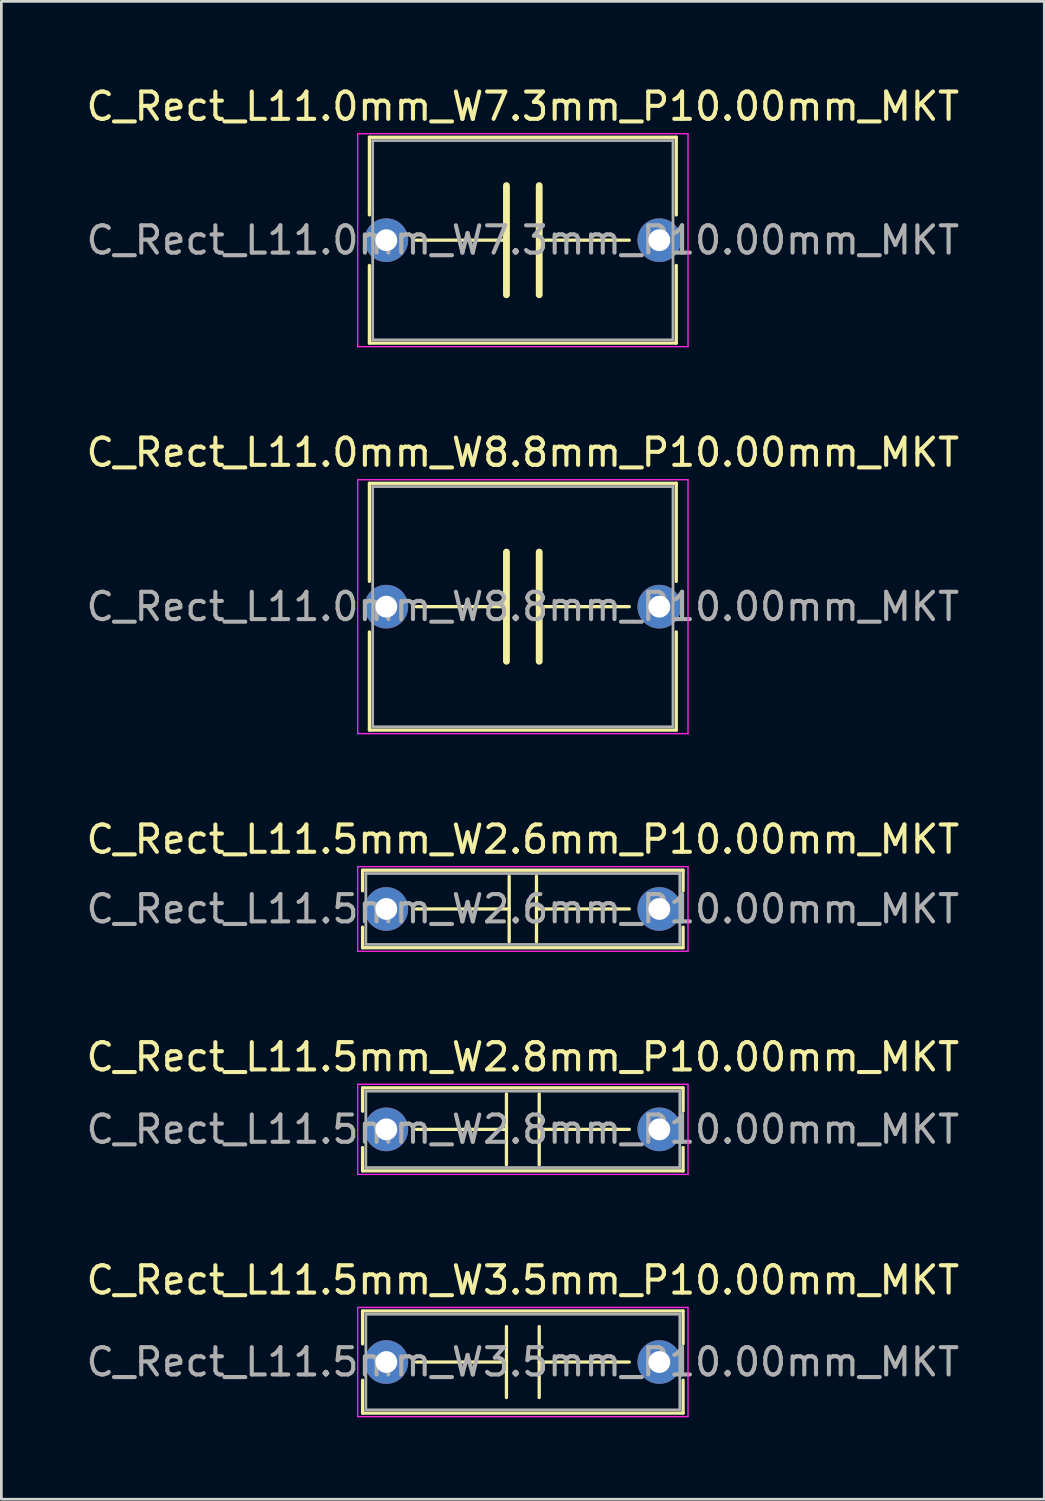
<source format=kicad_pcb>
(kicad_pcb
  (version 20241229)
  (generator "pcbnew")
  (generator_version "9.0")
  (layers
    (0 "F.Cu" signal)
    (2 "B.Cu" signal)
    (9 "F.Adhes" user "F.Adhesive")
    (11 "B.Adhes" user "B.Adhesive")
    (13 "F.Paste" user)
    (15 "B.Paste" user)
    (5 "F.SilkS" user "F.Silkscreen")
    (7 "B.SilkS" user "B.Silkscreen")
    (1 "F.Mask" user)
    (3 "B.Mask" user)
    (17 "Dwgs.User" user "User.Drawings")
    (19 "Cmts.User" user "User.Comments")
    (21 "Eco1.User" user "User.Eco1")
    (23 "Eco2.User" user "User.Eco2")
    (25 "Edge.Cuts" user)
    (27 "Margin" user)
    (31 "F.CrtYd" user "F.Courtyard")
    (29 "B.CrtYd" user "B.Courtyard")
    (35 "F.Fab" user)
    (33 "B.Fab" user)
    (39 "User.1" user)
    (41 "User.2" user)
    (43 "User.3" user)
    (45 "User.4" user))
  (footprint "C_Rect_L11.0mm_W8.8mm_P10.00mm_MKT"
    (layer "F.Cu")
    (at 11.101 19.172)
    (property "Reference" "C_Rect_L11.0mm_W8.8mm_P10.00mm_MKT" (at 5 -5.65 0) (layer "F.SilkS") (effects (font (size 1 1) (thickness 0.15))))
    (attr through_hole)
    (fp_line (start -0.62 -4.52) (end -0.62 -0.925) (stroke (width 0.12) (type solid)) (layer "F.SilkS"))
    (fp_line (start -0.62 -4.52) (end 10.62 -4.52) (stroke (width 0.12) (type solid)) (layer "F.SilkS"))
    (fp_line (start -0.62 0.925) (end -0.62 4.52) (stroke (width 0.12) (type solid)) (layer "F.SilkS"))
    (fp_line (start -0.62 4.52) (end 10.62 4.52) (stroke (width 0.12) (type solid)) (layer "F.SilkS"))
    (fp_line (start 1.1 0) (end 4.4 0) (stroke (width 0.12) (type solid)) (layer "F.SilkS"))
    (fp_line (start 4.4 2) (end 4.4 -2) (stroke (width 0.25) (type solid)) (layer "F.SilkS"))
    (fp_line (start 5.6 2) (end 5.6 -2) (stroke (width 0.25) (type solid)) (layer "F.SilkS"))
    (fp_line (start 8.9 0) (end 5.6 0) (stroke (width 0.12) (type solid)) (layer "F.SilkS"))
    (fp_line (start 10.62 -4.52) (end 10.62 -0.925) (stroke (width 0.12) (type solid)) (layer "F.SilkS"))
    (fp_line (start 10.62 0.925) (end 10.62 4.52) (stroke (width 0.12) (type solid)) (layer "F.SilkS"))
    (fp_line (start -1.05 -4.65) (end -1.05 4.65) (stroke (width 0.05) (type solid)) (layer "F.CrtYd"))
    (fp_line (start -1.05 4.65) (end 11.05 4.65) (stroke (width 0.05) (type solid)) (layer "F.CrtYd"))
    (fp_line (start 11.05 -4.65) (end -1.05 -4.65) (stroke (width 0.05) (type solid)) (layer "F.CrtYd"))
    (fp_line (start 11.05 4.65) (end 11.05 -4.65) (stroke (width 0.05) (type solid)) (layer "F.CrtYd"))
    (fp_line (start -0.5 -4.4) (end -0.5 4.4) (stroke (width 0.1) (type solid)) (layer "F.Fab"))
    (fp_line (start -0.5 4.4) (end 10.5 4.4) (stroke (width 0.1) (type solid)) (layer "F.Fab"))
    (fp_line (start 10.5 -4.4) (end -0.5 -4.4) (stroke (width 0.1) (type solid)) (layer "F.Fab"))
    (fp_line (start 10.5 4.4) (end 10.5 -4.4) (stroke (width 0.1) (type solid)) (layer "F.Fab"))
    (fp_text user "${REFERENCE}" (at 5 0 0) (layer "F.Fab") (effects (font (size 1 1) (thickness 0.15))))
    (pad "1" thru_hole circle (at 0 0) (size 1.6 1.6) (drill 0.8) (layers "*.Cu" "*.Mask"))
    (pad "2" thru_hole circle (at 10 0) (size 1.6 1.6) (drill 0.8) (layers "*.Cu" "*.Mask")))
  (footprint "C_Rect_L11.5mm_W2.6mm_P10.00mm_MKT"
    (layer "F.Cu")
    (at 11.101 30.245)
    (property "Reference" "C_Rect_L11.5mm_W2.6mm_P10.00mm_MKT" (at 5 -2.55 0) (layer "F.SilkS") (effects (font (size 1 1) (thickness 0.15))))
    (fp_line (start -0.87 -1.42) (end -0.87 -0.665) (stroke (width 0.12) (type solid)) (layer "F.SilkS"))
    (fp_line (start -0.87 -1.42) (end 10.87 -1.42) (stroke (width 0.12) (type solid)) (layer "F.SilkS"))
    (fp_line (start -0.87 0.665) (end -0.87 1.42) (stroke (width 0.12) (type solid)) (layer "F.SilkS"))
    (fp_line (start -0.87 1.42) (end 10.87 1.42) (stroke (width 0.12) (type solid)) (layer "F.SilkS"))
    (fp_line (start 1.1 0) (end 4.5 0) (stroke (width 0.12) (type solid)) (layer "F.SilkS"))
    (fp_line (start 4.5 1.2) (end 4.5 -1.2) (stroke (width 0.12) (type solid)) (layer "F.SilkS"))
    (fp_line (start 5.5 1.2) (end 5.5 -1.2) (stroke (width 0.12) (type solid)) (layer "F.SilkS"))
    (fp_line (start 8.9 0) (end 5.5 0) (stroke (width 0.12) (type solid)) (layer "F.SilkS"))
    (fp_line (start 10.87 -1.42) (end 10.87 -0.665) (stroke (width 0.12) (type solid)) (layer "F.SilkS"))
    (fp_line (start 10.87 0.665) (end 10.87 1.42) (stroke (width 0.12) (type solid)) (layer "F.SilkS"))
    (fp_line (start -1.05 -1.55) (end -1.05 1.55) (stroke (width 0.05) (type solid)) (layer "F.CrtYd"))
    (fp_line (start -1.05 1.55) (end 11.05 1.55) (stroke (width 0.05) (type solid)) (layer "F.CrtYd"))
    (fp_line (start 11.05 -1.55) (end -1.05 -1.55) (stroke (width 0.05) (type solid)) (layer "F.CrtYd"))
    (fp_line (start 11.05 1.55) (end 11.05 -1.55) (stroke (width 0.05) (type solid)) (layer "F.CrtYd"))
    (fp_line (start -0.75 -1.3) (end -0.75 1.3) (stroke (width 0.1) (type solid)) (layer "F.Fab"))
    (fp_line (start -0.75 1.3) (end 10.75 1.3) (stroke (width 0.1) (type solid)) (layer "F.Fab"))
    (fp_line (start 10.75 -1.3) (end -0.75 -1.3) (stroke (width 0.1) (type solid)) (layer "F.Fab"))
    (fp_line (start 10.75 1.3) (end 10.75 -1.3) (stroke (width 0.1) (type solid)) (layer "F.Fab"))
    (fp_text user "${REFERENCE}" (at 5 0 0) (layer "F.Fab") (effects (font (size 1 1) (thickness 0.15))))
    (pad "1" thru_hole circle (at 0 0) (size 1.6 1.6) (drill 0.8) (layers "*.Cu" "*.Mask"))
    (pad "2" thru_hole circle (at 10 0) (size 1.6 1.6) (drill 0.8) (layers "*.Cu" "*.Mask")))
  (footprint "C_Rect_L11.0mm_W7.3mm_P10.00mm_MKT"
    (layer "F.Cu")
    (at 11.101 5.748)
    (property "Reference" "C_Rect_L11.0mm_W7.3mm_P10.00mm_MKT" (at 5 -4.9 0) (layer "F.SilkS") (effects (font (size 1 1) (thickness 0.15))))
    (attr through_hole)
    (fp_line (start -0.62 -3.77) (end -0.62 -0.925) (stroke (width 0.12) (type solid)) (layer "F.SilkS"))
    (fp_line (start -0.62 -3.77) (end 10.62 -3.77) (stroke (width 0.12) (type solid)) (layer "F.SilkS"))
    (fp_line (start -0.62 0.925) (end -0.62 3.77) (stroke (width 0.12) (type solid)) (layer "F.SilkS"))
    (fp_line (start -0.62 3.77) (end 10.62 3.77) (stroke (width 0.12) (type solid)) (layer "F.SilkS"))
    (fp_line (start 1.1 0) (end 4.4 0) (stroke (width 0.12) (type solid)) (layer "F.SilkS"))
    (fp_line (start 4.4 2) (end 4.4 -2) (stroke (width 0.25) (type solid)) (layer "F.SilkS"))
    (fp_line (start 5.6 2) (end 5.6 -2) (stroke (width 0.25) (type solid)) (layer "F.SilkS"))
    (fp_line (start 8.9 0) (end 5.6 0) (stroke (width 0.12) (type solid)) (layer "F.SilkS"))
    (fp_line (start 10.62 -3.77) (end 10.62 -0.925) (stroke (width 0.12) (type solid)) (layer "F.SilkS"))
    (fp_line (start 10.62 0.925) (end 10.62 3.77) (stroke (width 0.12) (type solid)) (layer "F.SilkS"))
    (fp_line (start -1.05 -3.9) (end -1.05 3.9) (stroke (width 0.05) (type solid)) (layer "F.CrtYd"))
    (fp_line (start -1.05 3.9) (end 11.05 3.9) (stroke (width 0.05) (type solid)) (layer "F.CrtYd"))
    (fp_line (start 11.05 -3.9) (end -1.05 -3.9) (stroke (width 0.05) (type solid)) (layer "F.CrtYd"))
    (fp_line (start 11.05 3.9) (end 11.05 -3.9) (stroke (width 0.05) (type solid)) (layer "F.CrtYd"))
    (fp_line (start -0.5 -3.65) (end -0.5 3.65) (stroke (width 0.1) (type solid)) (layer "F.Fab"))
    (fp_line (start -0.5 3.65) (end 10.5 3.65) (stroke (width 0.1) (type solid)) (layer "F.Fab"))
    (fp_line (start 10.5 -3.65) (end -0.5 -3.65) (stroke (width 0.1) (type solid)) (layer "F.Fab"))
    (fp_line (start 10.5 3.65) (end 10.5 -3.65) (stroke (width 0.1) (type solid)) (layer "F.Fab"))
    (fp_text user "${REFERENCE}" (at 5 0 0) (layer "F.Fab") (effects (font (size 1 1) (thickness 0.15))))
    (pad "1" thru_hole circle (at 0 0) (size 1.6 1.6) (drill 0.8) (layers "*.Cu" "*.Mask"))
    (pad "2" thru_hole circle (at 10 0) (size 1.6 1.6) (drill 0.8) (layers "*.Cu" "*.Mask")))
  (footprint "C_Rect_L11.5mm_W3.5mm_P10.00mm_MKT"
    (layer "F.Cu")
    (at 11.101 46.841)
    (property "Reference" "C_Rect_L11.5mm_W3.5mm_P10.00mm_MKT" (at 5 -3 0) (layer "F.SilkS") (effects (font (size 1 1) (thickness 0.15))))
    (attr through_hole)
    (fp_line (start -0.87 -1.87) (end -0.87 -0.665) (stroke (width 0.12) (type solid)) (layer "F.SilkS"))
    (fp_line (start -0.87 -1.87) (end 10.87 -1.87) (stroke (width 0.12) (type solid)) (layer "F.SilkS"))
    (fp_line (start -0.87 0.665) (end -0.87 1.87) (stroke (width 0.12) (type solid)) (layer "F.SilkS"))
    (fp_line (start -0.87 1.87) (end 10.87 1.87) (stroke (width 0.12) (type solid)) (layer "F.SilkS"))
    (fp_line (start 1.1 0) (end 4.4 0) (stroke (width 0.12) (type solid)) (layer "F.SilkS"))
    (fp_line (start 4.4 1.3) (end 4.4 -1.3) (stroke (width 0.12) (type solid)) (layer "F.SilkS"))
    (fp_line (start 5.6 1.3) (end 5.6 -1.3) (stroke (width 0.12) (type solid)) (layer "F.SilkS"))
    (fp_line (start 8.9 0) (end 5.6 0) (stroke (width 0.12) (type solid)) (layer "F.SilkS"))
    (fp_line (start 10.87 -1.87) (end 10.87 -0.665) (stroke (width 0.12) (type solid)) (layer "F.SilkS"))
    (fp_line (start 10.87 0.665) (end 10.87 1.87) (stroke (width 0.12) (type solid)) (layer "F.SilkS"))
    (fp_line (start -1.05 -2) (end -1.05 2) (stroke (width 0.05) (type solid)) (layer "F.CrtYd"))
    (fp_line (start -1.05 2) (end 11.05 2) (stroke (width 0.05) (type solid)) (layer "F.CrtYd"))
    (fp_line (start 11.05 -2) (end -1.05 -2) (stroke (width 0.05) (type solid)) (layer "F.CrtYd"))
    (fp_line (start 11.05 2) (end 11.05 -2) (stroke (width 0.05) (type solid)) (layer "F.CrtYd"))
    (fp_line (start -0.75 -1.75) (end -0.75 1.75) (stroke (width 0.1) (type solid)) (layer "F.Fab"))
    (fp_line (start -0.75 1.75) (end 10.75 1.75) (stroke (width 0.1) (type solid)) (layer "F.Fab"))
    (fp_line (start 10.75 -1.75) (end -0.75 -1.75) (stroke (width 0.1) (type solid)) (layer "F.Fab"))
    (fp_line (start 10.75 1.75) (end 10.75 -1.75) (stroke (width 0.1) (type solid)) (layer "F.Fab"))
    (fp_text user "${REFERENCE}" (at 5 0 0) (layer "F.Fab") (effects (font (size 1 1) (thickness 0.15))))
    (pad "1" thru_hole circle (at 0 0) (size 1.6 1.6) (drill 0.8) (layers "*.Cu" "*.Mask"))
    (pad "2" thru_hole circle (at 10 0) (size 1.6 1.6) (drill 0.8) (layers "*.Cu" "*.Mask")))
  (footprint "C_Rect_L11.5mm_W2.8mm_P10.00mm_MKT"
    (layer "F.Cu")
    (at 11.101 38.318)
    (property "Reference" "C_Rect_L11.5mm_W2.8mm_P10.00mm_MKT" (at 5 -2.65 0) (layer "F.SilkS") (effects (font (size 1 1) (thickness 0.15))))
    (attr through_hole)
    (fp_line (start -0.87 -1.52) (end -0.87 -0.665) (stroke (width 0.12) (type solid)) (layer "F.SilkS"))
    (fp_line (start -0.87 -1.52) (end 10.87 -1.52) (stroke (width 0.12) (type solid)) (layer "F.SilkS"))
    (fp_line (start -0.87 0.665) (end -0.87 1.52) (stroke (width 0.12) (type solid)) (layer "F.SilkS"))
    (fp_line (start -0.87 1.52) (end 10.87 1.52) (stroke (width 0.12) (type solid)) (layer "F.SilkS"))
    (fp_line (start 1.1 0) (end 4.4 0) (stroke (width 0.12) (type solid)) (layer "F.SilkS"))
    (fp_line (start 4.4 1.3) (end 4.4 -1.3) (stroke (width 0.12) (type solid)) (layer "F.SilkS"))
    (fp_line (start 5.6 1.3) (end 5.6 -1.3) (stroke (width 0.12) (type solid)) (layer "F.SilkS"))
    (fp_line (start 8.9 0) (end 5.6 0) (stroke (width 0.12) (type solid)) (layer "F.SilkS"))
    (fp_line (start 10.87 -1.52) (end 10.87 -0.665) (stroke (width 0.12) (type solid)) (layer "F.SilkS"))
    (fp_line (start 10.87 0.665) (end 10.87 1.52) (stroke (width 0.12) (type solid)) (layer "F.SilkS"))
    (fp_line (start -1.05 -1.65) (end -1.05 1.65) (stroke (width 0.05) (type solid)) (layer "F.CrtYd"))
    (fp_line (start -1.05 1.65) (end 11.05 1.65) (stroke (width 0.05) (type solid)) (layer "F.CrtYd"))
    (fp_line (start 11.05 -1.65) (end -1.05 -1.65) (stroke (width 0.05) (type solid)) (layer "F.CrtYd"))
    (fp_line (start 11.05 1.65) (end 11.05 -1.65) (stroke (width 0.05) (type solid)) (layer "F.CrtYd"))
    (fp_line (start -0.75 -1.4) (end -0.75 1.4) (stroke (width 0.1) (type solid)) (layer "F.Fab"))
    (fp_line (start -0.75 1.4) (end 10.75 1.4) (stroke (width 0.1) (type solid)) (layer "F.Fab"))
    (fp_line (start 10.75 -1.4) (end -0.75 -1.4) (stroke (width 0.1) (type solid)) (layer "F.Fab"))
    (fp_line (start 10.75 1.4) (end 10.75 -1.4) (stroke (width 0.1) (type solid)) (layer "F.Fab"))
    (fp_text user "${REFERENCE}" (at 5 0 0) (layer "F.Fab") (effects (font (size 1 1) (thickness 0.15))))
    (pad "1" thru_hole circle (at 0 0) (size 1.6 1.6) (drill 0.8) (layers "*.Cu" "*.Mask"))
    (pad "2" thru_hole circle (at 10 0) (size 1.6 1.6) (drill 0.8) (layers "*.Cu" "*.Mask")))
  (gr_rect
    (start -3 -3)
    (end 35.202 51.866)
    (stroke (width 0.1) (type default))
    (fill no)
    (layer "Edge.Cuts")))
</source>
